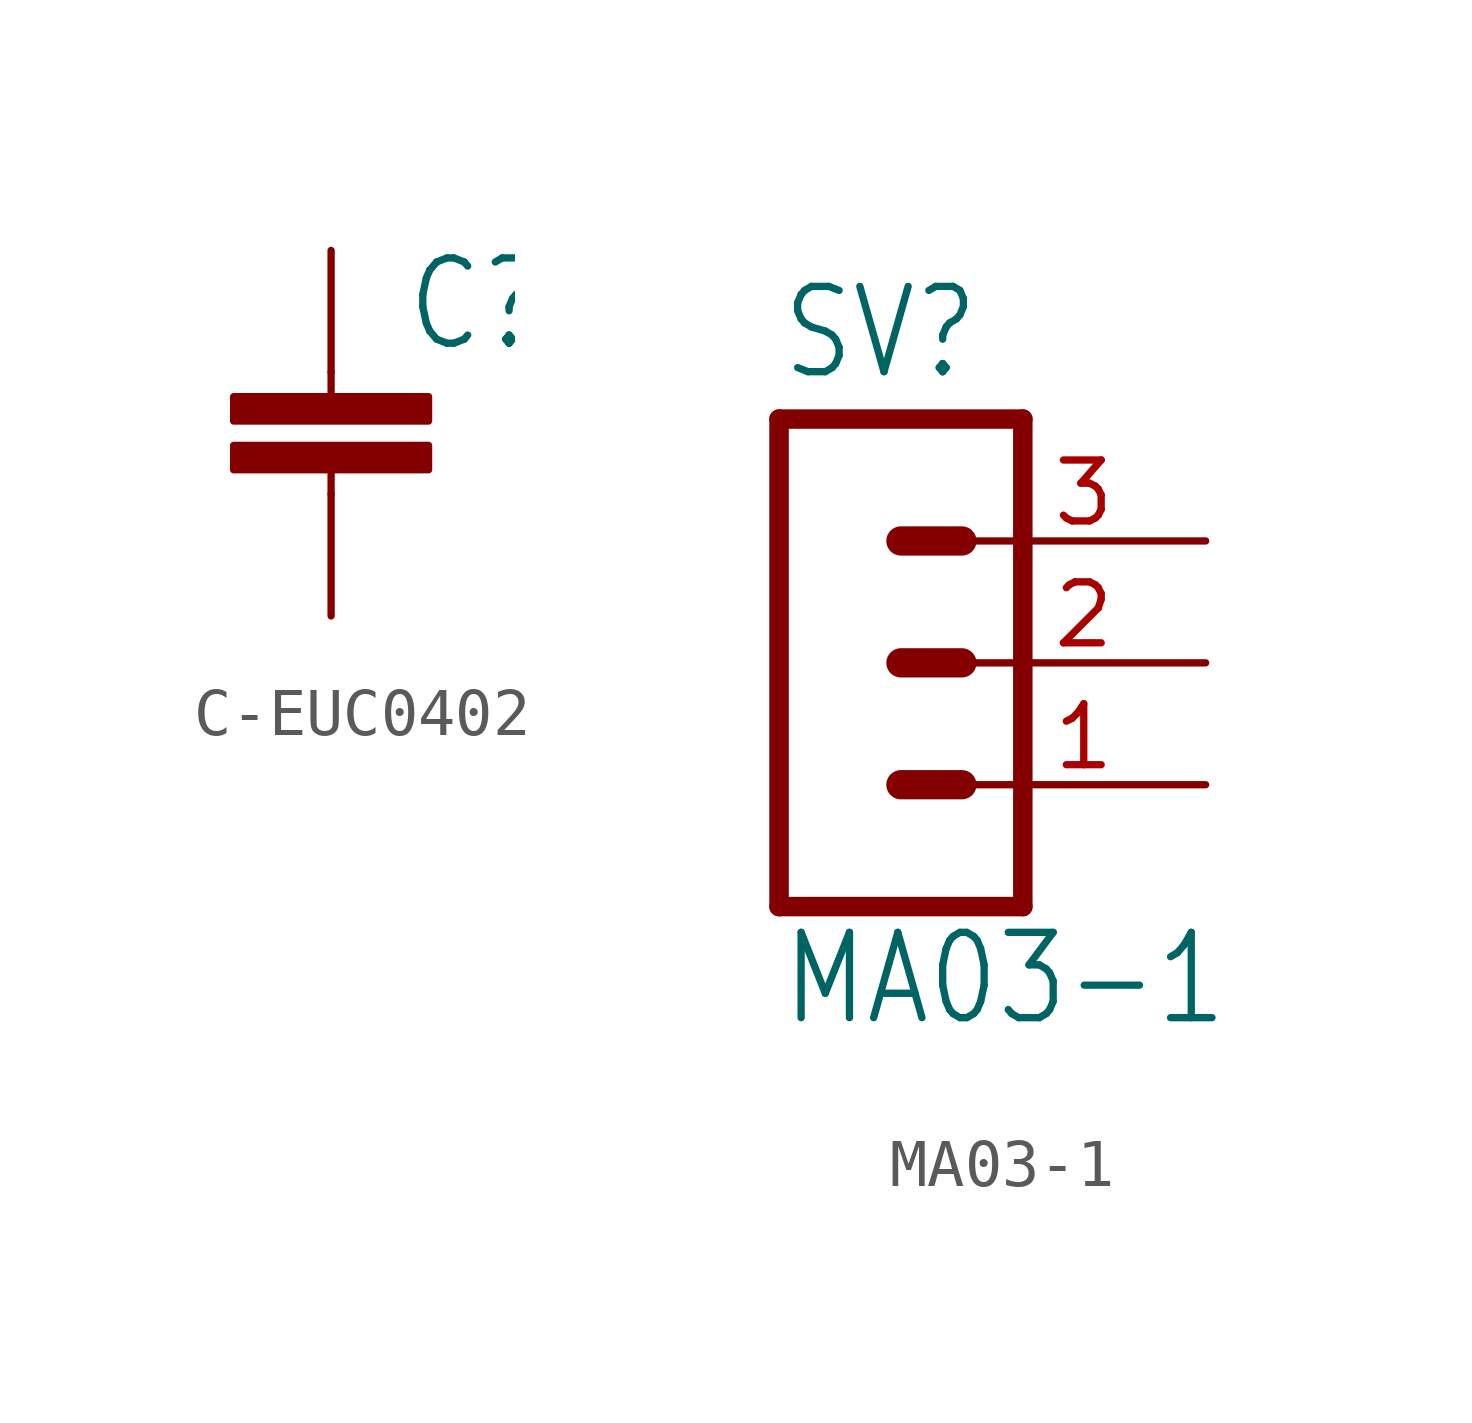
<source format=kicad_sym>
(kicad_symbol_lib
  (version 20211014)
  (generator kicad_symbol_editor)
  (symbol "C-EUC0402"
    (property "Reference" "C"
      (at 1.524 0.381 0)
      (effects (font (size 1.778 1.511)) (justify left bottom)))
    (symbol "C-EUC0402_1_0"
      (rectangle (start -2.032 -2.032) (end 2.032 -1.524) (stroke (width 0) (type default) (color 0 0 0 0)) (fill (type outline)))
      (rectangle (start -2.032 -1.016) (end 2.032 -0.508) (stroke (width 0) (type default) (color 0 0 0 0)) (fill (type outline)))
      (polyline (pts (xy 0 -2.54) (xy 0 -2.032)) (stroke (width 0.152) (type default) (color 0 0 0 0)) (fill (type none)))
      (polyline (pts (xy 0 0) (xy 0 -0.508)) (stroke (width 0.152) (type default) (color 0 0 0 0)) (fill (type none)))
      (pin passive line (at 0 2.54 270) (length 2.54) (name "1" (effects (font (size 0 0)))) (number "1" (effects (font (size 0 0)))))
      (pin passive line (at 0 -5.08 90) (length 2.54) (name "2" (effects (font (size 0 0)))) (number "2" (effects (font (size 0 0)))))))
  (symbol "MA03-1"
    (property "Reference" "SV"
      (at -1.27 5.842 0)
      (effects (font (size 1.778 1.511)) (justify left bottom)))
    (property "Value" "MA03-1"
      (at -1.27 -7.62 0)
      (effects (font (size 1.778 1.511)) (justify left bottom)))
    (symbol "MA03-1_1_0"
      (polyline (pts (xy -1.27 5.08) (xy -1.27 -5.08)) (stroke (width 0.406) (type default) (color 0 0 0 0)) (fill (type none)))
      (polyline (pts (xy -1.27 5.08) (xy 3.81 5.08)) (stroke (width 0.406) (type default) (color 0 0 0 0)) (fill (type none)))
      (polyline (pts (xy 1.27 -2.54) (xy 2.54 -2.54)) (stroke (width 0.61) (type default) (color 0 0 0 0)) (fill (type none)))
      (polyline (pts (xy 1.27 0) (xy 2.54 0)) (stroke (width 0.61) (type default) (color 0 0 0 0)) (fill (type none)))
      (polyline (pts (xy 1.27 2.54) (xy 2.54 2.54)) (stroke (width 0.61) (type default) (color 0 0 0 0)) (fill (type none)))
      (polyline (pts (xy 3.81 -5.08) (xy -1.27 -5.08)) (stroke (width 0.406) (type default) (color 0 0 0 0)) (fill (type none)))
      (polyline (pts (xy 3.81 -5.08) (xy 3.81 5.08)) (stroke (width 0.406) (type default) (color 0 0 0 0)) (fill (type none)))
      (pin passive line (at 7.62 -2.54 180) (length 5.08) (name "1" (effects (font (size 0 0)))) (number "1" (effects (font (size 1.27 1.27)))))
      (pin passive line (at 7.62 0 180) (length 5.08) (name "2" (effects (font (size 0 0)))) (number "2" (effects (font (size 1.27 1.27)))))
      (pin passive line (at 7.62 2.54 180) (length 5.08) (name "3" (effects (font (size 0 0)))) (number "3" (effects (font (size 1.27 1.27))))))))
</source>
